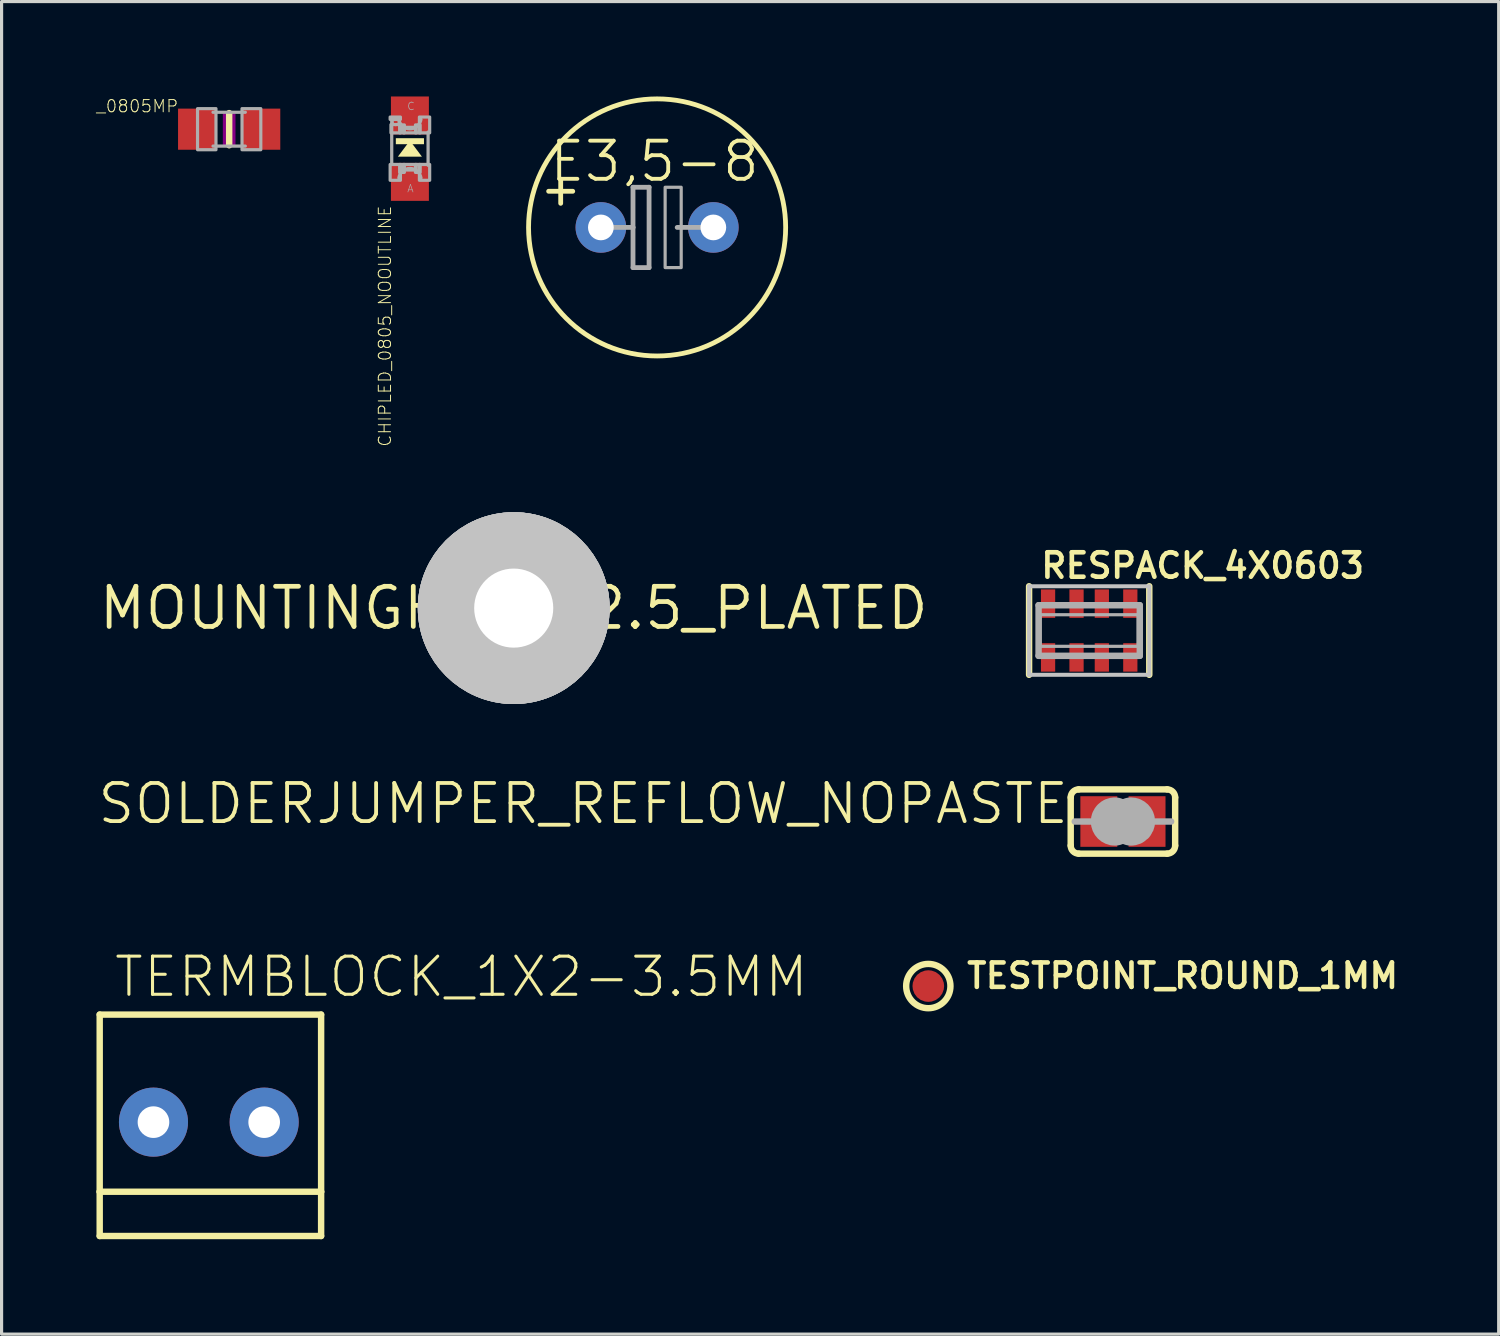
<source format=kicad_pcb>
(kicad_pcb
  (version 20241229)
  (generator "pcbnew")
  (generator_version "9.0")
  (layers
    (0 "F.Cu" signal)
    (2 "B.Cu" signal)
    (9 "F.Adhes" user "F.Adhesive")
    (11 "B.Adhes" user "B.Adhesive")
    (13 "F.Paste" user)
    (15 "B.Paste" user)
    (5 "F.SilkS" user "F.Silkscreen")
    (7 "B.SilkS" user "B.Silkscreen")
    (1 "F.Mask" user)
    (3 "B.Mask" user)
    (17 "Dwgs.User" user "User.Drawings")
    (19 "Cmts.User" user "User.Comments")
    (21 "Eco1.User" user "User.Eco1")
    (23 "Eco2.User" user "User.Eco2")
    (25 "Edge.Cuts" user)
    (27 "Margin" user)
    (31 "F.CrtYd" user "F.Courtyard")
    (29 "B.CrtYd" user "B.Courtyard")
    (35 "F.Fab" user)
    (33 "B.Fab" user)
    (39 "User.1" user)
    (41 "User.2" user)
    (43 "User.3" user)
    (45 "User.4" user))
  (footprint "TESTPOINT_ROUND_1MM"
    (layer "F.Cu")
    (at 26.298 28.124)
    (property "Reference" "TESTPOINT_ROUND_1MM" (at 1.143 0.127 0) (layer "F.SilkS") (effects (font (size 0.772 0.772) (thickness 0.146)) (justify left bottom)))
    (attr through_hole)
    (fp_circle (center 0 0) (end 0.7 0) (stroke (width 0.203) (type solid)) (fill no) (layer "F.SilkS"))
    (pad "P$1" smd roundrect (at 0 0) (size 1 1) (layers "F.Cu" "F.Mask") (roundrect_rratio 0.5)))
  (footprint "E3,5-8"
    (layer "F.Cu")
    (at 17.724 4.14)
    (property "Reference" "E3,5-8" (at 3.302 -2.794 180) (layer "F.SilkS") (effects (font (size 1.206 1.206) (thickness 0.121)) (justify right top)))
    (attr through_hole)
    (fp_line (start -3.429 -1.143) (end -2.667 -1.143) (stroke (width 0.152) (type solid)) (layer "F.SilkS"))
    (fp_line (start -3.048 -0.762) (end -3.048 -1.524) (stroke (width 0.152) (type solid)) (layer "F.SilkS"))
    (fp_circle (center 0 0) (end 4.064 0) (stroke (width 0.152) (type solid)) (fill no) (layer "F.SilkS"))
    (fp_line (start -1.651 0) (end -0.762 0) (stroke (width 0.152) (type solid)) (layer "F.Fab"))
    (fp_line (start -0.762 -1.27) (end -0.762 0) (stroke (width 0.152) (type solid)) (layer "F.Fab"))
    (fp_line (start -0.762 0) (end -0.762 1.27) (stroke (width 0.152) (type solid)) (layer "F.Fab"))
    (fp_line (start -0.762 1.27) (end -0.254 1.27) (stroke (width 0.152) (type solid)) (layer "F.Fab"))
    (fp_line (start -0.254 -1.27) (end -0.762 -1.27) (stroke (width 0.152) (type solid)) (layer "F.Fab"))
    (fp_line (start -0.254 1.27) (end -0.254 -1.27) (stroke (width 0.152) (type solid)) (layer "F.Fab"))
    (fp_line (start 0.635 0) (end 1.651 0) (stroke (width 0.152) (type solid)) (layer "F.Fab"))
    (fp_poly (pts (xy 0.254 1.27) (xy 0.762 1.27) (xy 0.762 -1.27) (xy 0.254 -1.27)) (stroke (width 0.1) (type solid)) (fill no) (layer "F.Fab"))
    (pad "+" thru_hole circle (at -1.778 0) (size 1.6 1.6) (drill 0.813) (layers "*.Cu" "*.Mask"))
    (pad "-" thru_hole circle (at 1.778 0) (size 1.6 1.6) (drill 0.813) (layers "*.Cu" "*.Mask")))
  (footprint "SOLDERJUMPER_REFLOW_NOPASTE"
    (layer "F.Cu")
    (at 32.451 22.922)
    (property "Reference" "SOLDERJUMPER_REFLOW_NOPASTE" (at -1.651 -1.27 180) (layer "F.SilkS") (effects (font (size 1.206 1.206) (thickness 0.121)) (justify right top)))
    (attr through_hole)
    (fp_poly (pts (xy -0.076 0.914) (xy 0.076 0.914) (xy 0.076 -0.914) (xy -0.076 -0.914)) (stroke (width 0) (type solid)) (fill yes) (layer "F.Mask"))
    (fp_line (start -1.651 0.762) (end -1.651 -0.762) (stroke (width 0.203) (type solid)) (layer "F.SilkS"))
    (fp_line (start -1.397 -1.016) (end 1.397 -1.016) (stroke (width 0.203) (type solid)) (layer "F.SilkS"))
    (fp_line (start 1.397 1.016) (end -1.397 1.016) (stroke (width 0.203) (type solid)) (layer "F.SilkS"))
    (fp_line (start 1.651 0.762) (end 1.651 -0.762) (stroke (width 0.203) (type solid)) (layer "F.SilkS"))
    (fp_arc (start -1.651 -0.762) (mid -1.576605 -0.941605) (end -1.397 -1.016) (stroke (width 0.2032) (type solid)) (layer "F.SilkS"))
    (fp_arc (start -1.397 1.016) (mid -1.576605 0.941605) (end -1.651 0.762) (stroke (width 0.2032) (type solid)) (layer "F.SilkS"))
    (fp_arc (start 1.397 -1.016) (mid 1.576605 -0.941605) (end 1.651 -0.762) (stroke (width 0.2032) (type solid)) (layer "F.SilkS"))
    (fp_arc (start 1.651 0.762) (mid 1.576605 0.941605) (end 1.397 1.016) (stroke (width 0.2032) (type solid)) (layer "F.SilkS"))
    (fp_line (start -1.016 0) (end -1.524 0) (stroke (width 0.203) (type solid)) (layer "F.Fab"))
    (fp_line (start 1.016 0) (end 1.524 0) (stroke (width 0.203) (type solid)) (layer "F.Fab"))
    (fp_arc (start -0.254 0.127) (mid -0.381 0) (end -0.254 -0.127) (stroke (width 1.27) (type solid)) (layer "F.Fab"))
    (fp_arc (start 0.254 -0.127) (mid 0.381 0) (end 0.254 0.127) (stroke (width 1.27) (type solid)) (layer "F.Fab"))
    (pad "1" smd rect (at -0.762 0) (size 1.168 1.6) (layers "F.Cu" "F.Mask"))
    (pad "2" smd rect (at 0.762 0) (size 1.168 1.6) (layers "F.Cu" "F.Mask")))
  (footprint "RESPACK_4X0603"
    (layer "F.Cu")
    (at 31.384 16.884)
    (property "Reference" "RESPACK_4X0603" (at -1.6 -1.6 0) (layer "F.SilkS") (effects (font (size 0.772 0.772) (thickness 0.146)) (justify left bottom)))
    (attr through_hole)
    (fp_line (start -1.9 1.4) (end -1.9 -1.4) (stroke (width 0.203) (type solid)) (layer "F.SilkS"))
    (fp_line (start 1.9 -1.4) (end 1.9 1.4) (stroke (width 0.203) (type solid)) (layer "F.SilkS"))
    (fp_line (start -1.9 -1.4) (end 1.9 -1.4) (stroke (width 0.127) (type solid)) (layer "Dwgs.User"))
    (fp_line (start -1.9 1.4) (end -1.9 -1.4) (stroke (width 0.127) (type solid)) (layer "Dwgs.User"))
    (fp_line (start -1.9 1.4) (end 1.9 1.4) (stroke (width 0.127) (type solid)) (layer "Dwgs.User"))
    (fp_line (start 1.9 -1.4) (end 1.9 1.4) (stroke (width 0.127) (type solid)) (layer "Dwgs.User"))
    (fp_line (start -1.6 -0.8) (end 1.6 -0.8) (stroke (width 0.203) (type solid)) (layer "F.Fab"))
    (fp_line (start -1.6 0.8) (end -1.6 -0.8) (stroke (width 0.203) (type solid)) (layer "F.Fab"))
    (fp_line (start 1.6 -0.8) (end 1.6 0.8) (stroke (width 0.203) (type solid)) (layer "F.Fab"))
    (fp_line (start 1.6 0.8) (end -1.6 0.8) (stroke (width 0.203) (type solid)) (layer "F.Fab"))
    (fp_poly (pts (xy -1.55 0.5) (xy 1.55 0.5) (xy 1.55 -0.5) (xy -1.55 -0.5)) (stroke (width 0.1) (type solid)) (fill no) (layer "F.Fab"))
    (pad "1" smd rect (at -1.3 0.85) (size 0.45 0.9) (layers "F.Cu" "F.Mask" "F.Paste"))
    (pad "2" smd rect (at -0.4 0.85) (size 0.45 0.9) (layers "F.Cu" "F.Mask" "F.Paste"))
    (pad "3" smd rect (at 0.4 0.85) (size 0.45 0.9) (layers "F.Cu" "F.Mask" "F.Paste"))
    (pad "4" smd rect (at 1.3 0.85) (size 0.45 0.9) (layers "F.Cu" "F.Mask" "F.Paste"))
    (pad "5" smd rect (at 1.3 -0.85) (size 0.45 0.9) (layers "F.Cu" "F.Mask" "F.Paste"))
    (pad "6" smd rect (at 0.4 -0.85) (size 0.45 0.9) (layers "F.Cu" "F.Mask" "F.Paste"))
    (pad "7" smd rect (at -0.4 -0.85) (size 0.45 0.9) (layers "F.Cu" "F.Mask" "F.Paste"))
    (pad "8" smd rect (at -1.3 -0.85) (size 0.45 0.9) (layers "F.Cu" "F.Mask" "F.Paste")))
  (footprint "MOUNTINGHOLE_2.5_PLATED"
    (layer "F.Cu")
    (at 13.191 16.175)
    (property "Reference" "MOUNTINGHOLE_2.5_PLATED" (at 0 0 0) (layer "F.SilkS") (effects (font (size 1.27 1.27) (thickness 0.15))))
    (attr through_hole)
    (fp_circle (center 0 0) (end 2 0) (stroke (width 0.203) (type solid)) (fill no) (layer "F.SilkS"))
    (fp_circle (center 0 0) (end 1 0) (stroke (width 2.032) (type solid)) (fill no) (layer "Dwgs.User"))
    (fp_circle (center 0 0) (end 1 0) (stroke (width 2.032) (type solid)) (fill no) (layer "Dwgs.User"))
    (fp_circle (center 0 0) (end 1 0) (stroke (width 2.032) (type solid)) (fill no) (layer "Dwgs.User"))
    (fp_circle (center 0 0) (end 1 0) (stroke (width 2.032) (type solid)) (fill no) (layer "Dwgs.User"))
    (pad "P$1" thru_hole circle (at 0 0) (size 3.2 3.2) (drill 2.5) (layers "*.Cu" "*.Mask")))
  (footprint "CHIPLED_0805_NOOUTLINE"
    (layer "F.Cu")
    (at 9.909 1.65)
    (property "Reference" "CHIPLED_0805_NOOUTLINE" (at -1.016 1.778 270) (layer "F.SilkS") (effects (font (size 0.386 0.386) (thickness 0.031)) (justify right top)))
    (attr through_hole)
    (fp_poly (pts (xy 0 -0.254) (xy -0.381 0.254) (xy 0.381 0.254)) (stroke (width 0) (type solid)) (fill yes) (layer "F.SilkS"))
    (fp_poly (pts (xy -0.445 -0.141) (xy 0.445 -0.141) (xy 0.445 -0.331) (xy -0.445 -0.331)) (stroke (width 0) (type solid)) (fill yes) (layer "F.SilkS"))
    (fp_line (start -0.575 0.5) (end -0.575 -0.925) (stroke (width 0.102) (type solid)) (layer "F.Fab"))
    (fp_line (start 0.575 -0.525) (end 0.575 0.525) (stroke (width 0.102) (type solid)) (layer "F.Fab"))
    (fp_arc (start -0.35 0.925) (mid -0.000001 0.625027) (end 0.35 0.924998) (stroke (width 0.1016) (type solid)) (layer "F.Fab"))
    (fp_arc (start 0.35 -0.924998) (mid -0.000001 -0.625027) (end -0.35 -0.925) (stroke (width 0.1016) (type solid)) (layer "F.Fab"))
    (fp_circle (center -0.45 -0.85) (end -0.347 -0.85) (stroke (width 0.076) (type solid)) (fill no) (layer "F.Fab"))
    (fp_poly (pts (xy -0.625 -0.925) (xy -0.3 -0.925) (xy -0.3 -1) (xy -0.625 -1)) (stroke (width 0.1) (type solid)) (fill no) (layer "F.Fab"))
    (fp_poly (pts (xy -0.625 1) (xy -0.3 1) (xy -0.3 0.5) (xy -0.625 0.5)) (stroke (width 0.1) (type solid)) (fill no) (layer "F.Fab"))
    (fp_poly (pts (xy -0.6 -0.5) (xy -0.3 -0.5) (xy -0.3 -0.762) (xy -0.6 -0.762)) (stroke (width 0.1) (type solid)) (fill no) (layer "F.Fab"))
    (fp_poly (pts (xy -0.325 -0.5) (xy -0.175 -0.5) (xy -0.175 -0.75) (xy -0.325 -0.75)) (stroke (width 0.1) (type solid)) (fill no) (layer "F.Fab"))
    (fp_poly (pts (xy -0.325 0.75) (xy -0.175 0.75) (xy -0.175 0.5) (xy -0.325 0.5)) (stroke (width 0.1) (type solid)) (fill no) (layer "F.Fab"))
    (fp_poly (pts (xy -0.2 -0.5) (xy 0.2 -0.5) (xy 0.2 -0.675) (xy -0.2 -0.675)) (stroke (width 0.1) (type solid)) (fill no) (layer "F.Fab"))
    (fp_poly (pts (xy -0.2 0.675) (xy 0.2 0.675) (xy 0.2 0.5) (xy -0.2 0.5)) (stroke (width 0.1) (type solid)) (fill no) (layer "F.Fab"))
    (fp_poly (pts (xy 0.175 -0.5) (xy 0.325 -0.5) (xy 0.325 -0.75) (xy 0.175 -0.75)) (stroke (width 0.1) (type solid)) (fill no) (layer "F.Fab"))
    (fp_poly (pts (xy 0.175 0.75) (xy 0.325 0.75) (xy 0.325 0.5) (xy 0.175 0.5)) (stroke (width 0.1) (type solid)) (fill no) (layer "F.Fab"))
    (fp_poly (pts (xy 0.3 -0.5) (xy 0.625 -0.5) (xy 0.625 -1) (xy 0.3 -1)) (stroke (width 0.1) (type solid)) (fill no) (layer "F.Fab"))
    (fp_poly (pts (xy 0.3 1) (xy 0.625 1) (xy 0.625 0.5) (xy 0.3 0.5)) (stroke (width 0.1) (type solid)) (fill no) (layer "F.Fab"))
    (fp_text user "A" (at -0.1 1.4 0) (layer "F.Fab") (effects (font (size 0.241 0.241) (thickness 0.02)) (justify left bottom)))
    (fp_text user "C" (at -0.1 -1.2 0) (layer "F.Fab") (effects (font (size 0.241 0.241) (thickness 0.02)) (justify left bottom)))
    (pad "A" smd rect (at 0 1.05) (size 1.2 1.2) (layers "F.Cu" "F.Mask" "F.Paste"))
    (pad "C" smd rect (at 0 -1.05) (size 1.2 1.2) (layers "F.Cu" "F.Mask" "F.Paste")))
  (footprint "_0805MP"
    (layer "F.Cu")
    (at 4.195 1.034)
    (property "Reference" "_0805MP" (at -1.587 -0.953 180) (layer "F.SilkS") (effects (font (size 0.386 0.386) (thickness 0.031)) (justify right top)))
    (attr through_hole)
    (fp_line (start 0 -0.508) (end 0 0.508) (stroke (width 0.203) (type solid)) (layer "F.SilkS"))
    (fp_poly (pts (xy -0.2 0.5) (xy 0.2 0.5) (xy 0.2 -0.5) (xy -0.2 -0.5)) (stroke (width 0) (type solid)) (fill yes) (layer "F.Adhes"))
    (fp_line (start -0.51 -0.535) (end 0.51 -0.535) (stroke (width 0.102) (type solid)) (layer "F.Fab"))
    (fp_line (start -0.51 0.535) (end 0.51 0.535) (stroke (width 0.102) (type solid)) (layer "F.Fab"))
    (fp_poly (pts (xy -1 0.65) (xy -0.417 0.65) (xy -0.417 -0.65) (xy -1 -0.65)) (stroke (width 0.1) (type solid)) (fill no) (layer "F.Fab"))
    (fp_poly (pts (xy 0.406 0.65) (xy 1 0.65) (xy 1 -0.65) (xy 0.406 -0.65)) (stroke (width 0.1) (type solid)) (fill no) (layer "F.Fab"))
    (pad "1" smd rect (at -1.016 0) (size 1.2 1.3) (layers "F.Cu" "F.Mask" "F.Paste"))
    (pad "2" smd rect (at 1.016 0) (size 1.2 1.3) (layers "F.Cu" "F.Mask" "F.Paste")))
  (footprint "TERMBLOCK_1X2-3.5MM"
    (layer "F.Cu")
    (at 3.502 32.426)
    (property "Reference" "TERMBLOCK_1X2-3.5MM" (at -3 -3.89 180) (layer "F.SilkS") (effects (font (size 1.206 1.206) (thickness 0.097)) (justify left bottom)))
    (attr through_hole)
    (fp_line (start -3.4 -3.4) (end -3.4 2.2) (stroke (width 0.203) (type solid)) (layer "F.SilkS"))
    (fp_line (start -3.4 2.2) (end -3.4 3.6) (stroke (width 0.203) (type solid)) (layer "F.SilkS"))
    (fp_line (start -3.4 2.2) (end 3.6 2.2) (stroke (width 0.203) (type solid)) (layer "F.SilkS"))
    (fp_line (start -3.4 3.6) (end 3.6 3.6) (stroke (width 0.203) (type solid)) (layer "F.SilkS"))
    (fp_line (start 3.6 -3.4) (end -3.4 -3.4) (stroke (width 0.203) (type solid)) (layer "F.SilkS"))
    (fp_line (start 3.6 2.2) (end 3.6 -3.4) (stroke (width 0.203) (type solid)) (layer "F.SilkS"))
    (fp_line (start 3.6 3.6) (end 3.6 2.2) (stroke (width 0.203) (type solid)) (layer "F.SilkS"))
    (pad "1" thru_hole circle (at 1.8 0) (size 2.184 2.184) (drill 1) (layers "*.Cu" "*.Mask"))
    (pad "2" thru_hole circle (at -1.7 0) (size 2.184 2.184) (drill 1) (layers "*.Cu" "*.Mask")))
  (gr_rect
    (start -3 -3)
    (end 44.33 39.128)
    (stroke (width 0.1) (type default))
    (fill no)
    (layer "Edge.Cuts")))
</source>
